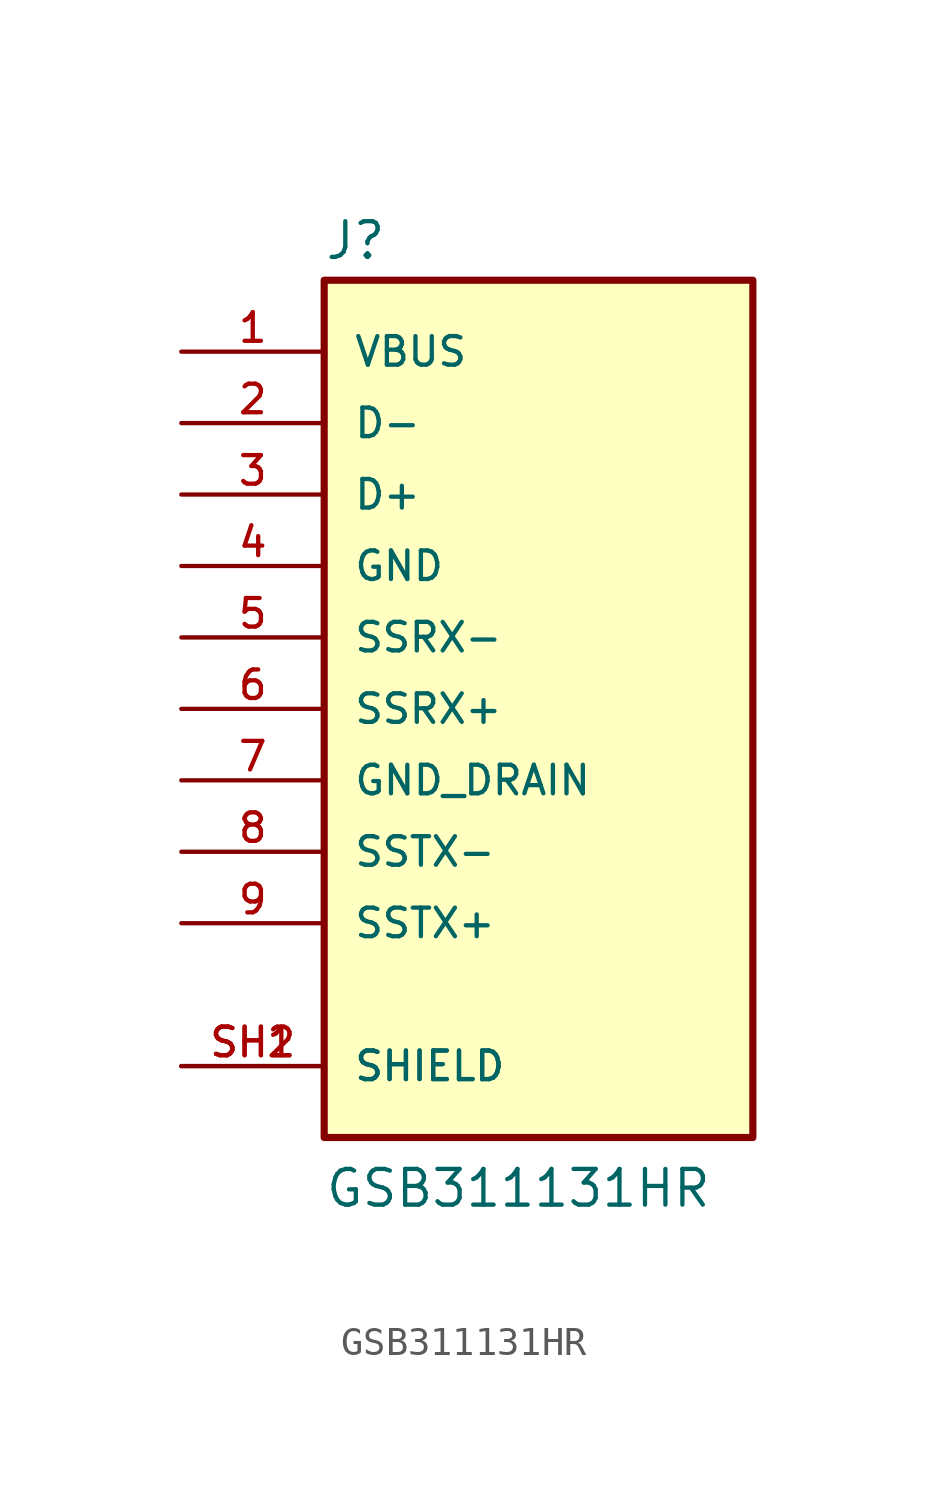
<source format=kicad_sym>
(kicad_symbol_lib
  (version 20211014)
  (generator kicad_symbol_editor)
  (symbol "GSB311131HR"
    (pin_names
      (offset 1.016))
    (property "Reference" "J"
      (at -7.635 15.905 0)
      (effects (font (size 1.27 1.27)) (justify bottom left)))
    (property "Value" "GSB311131HR"
      (at -7.624 -17.789 0)
      (effects (font (size 1.27 1.27)) (justify bottom left)))
    (symbol "GSB311131HR_0_0"
      (rectangle (start -7.62 -15.24) (end 7.62 15.24) (stroke (width 0.254)) (fill (type background)))
      (pin passive line (at -12.7 12.7 0) (length 5.08) (name "VBUS" (effects (font (size 1.016 1.016)))) (number "1" (effects (font (size 1.016 1.016)))))
      (pin passive line (at -12.7 10.16 0) (length 5.08) (name "D-" (effects (font (size 1.016 1.016)))) (number "2" (effects (font (size 1.016 1.016)))))
      (pin passive line (at -12.7 7.62 0) (length 5.08) (name "D+" (effects (font (size 1.016 1.016)))) (number "3" (effects (font (size 1.016 1.016)))))
      (pin passive line (at -12.7 5.08 0) (length 5.08) (name "GND" (effects (font (size 1.016 1.016)))) (number "4" (effects (font (size 1.016 1.016)))))
      (pin passive line (at -12.7 2.54 0) (length 5.08) (name "SSRX-" (effects (font (size 1.016 1.016)))) (number "5" (effects (font (size 1.016 1.016)))))
      (pin passive line (at -12.7 0.0 0) (length 5.08) (name "SSRX+" (effects (font (size 1.016 1.016)))) (number "6" (effects (font (size 1.016 1.016)))))
      (pin passive line (at -12.7 -2.54 0) (length 5.08) (name "GND_DRAIN" (effects (font (size 1.016 1.016)))) (number "7" (effects (font (size 1.016 1.016)))))
      (pin passive line (at -12.7 -5.08 0) (length 5.08) (name "SSTX-" (effects (font (size 1.016 1.016)))) (number "8" (effects (font (size 1.016 1.016)))))
      (pin passive line (at -12.7 -7.62 0) (length 5.08) (name "SSTX+" (effects (font (size 1.016 1.016)))) (number "9" (effects (font (size 1.016 1.016)))))
      (pin passive line (at -12.7 -12.7 0) (length 5.08) (name "SHIELD" (effects (font (size 1.016 1.016)))) (number "SH1" (effects (font (size 1.016 1.016)))))
      (pin passive line (at -12.7 -12.7 0) (length 5.08) (name "SHIELD" (effects (font (size 1.016 1.016)))) (number "SH2" (effects (font (size 1.016 1.016))))))))
</source>
